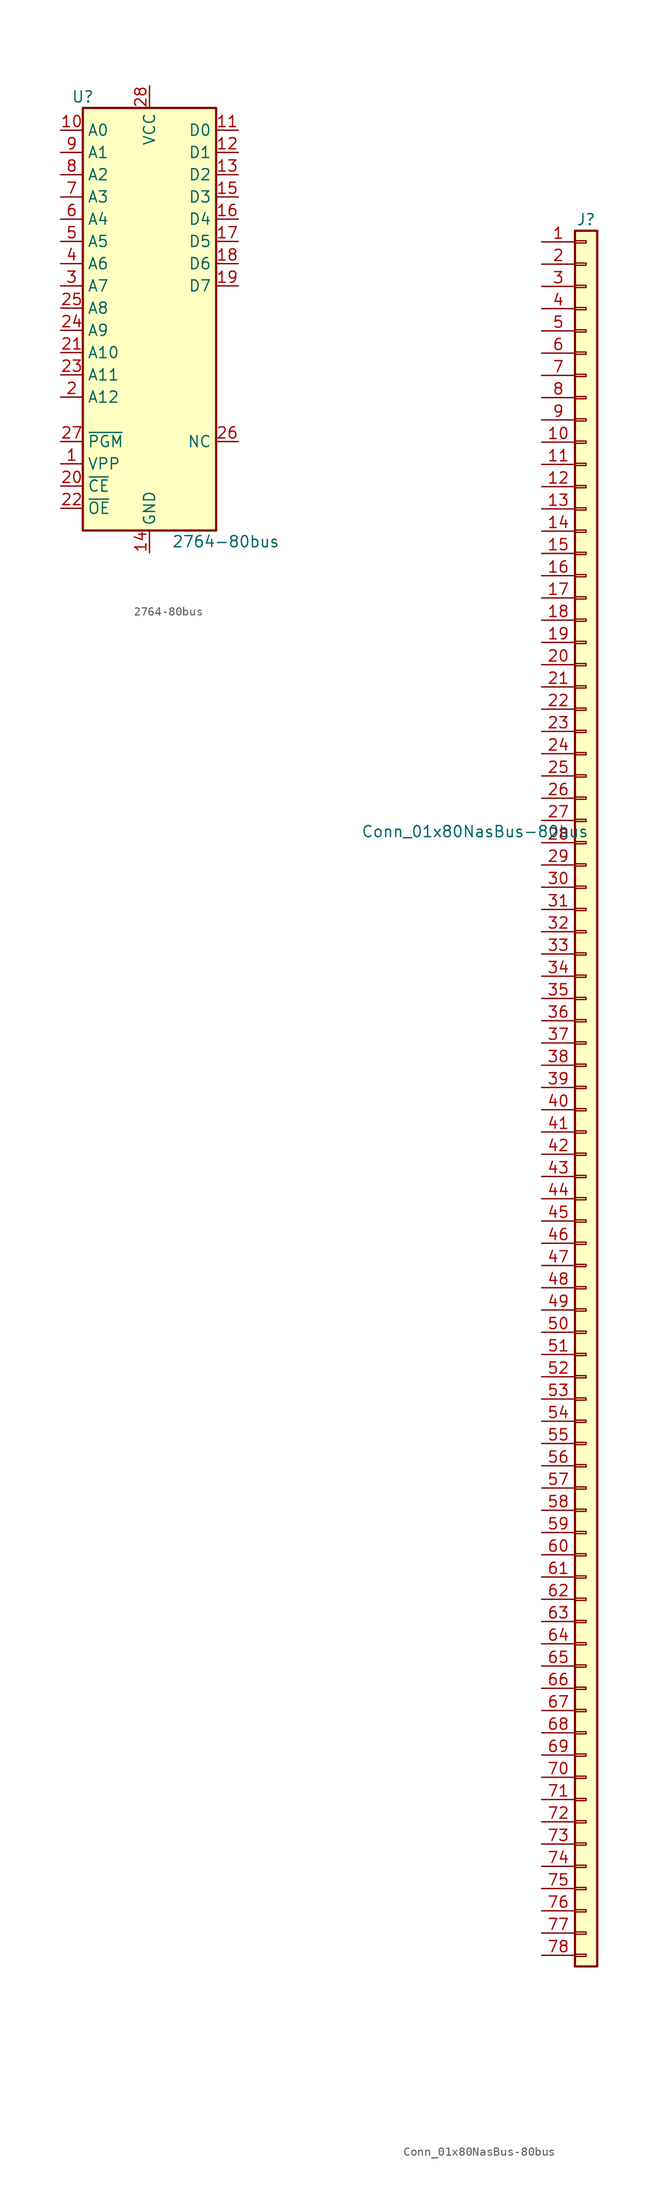
<source format=kicad_sym>
(kicad_symbol_lib
  (version 20220914)
  (generator kicad_symbol_editor)
  (symbol "2764-80bus"
    (property "Reference" "U"
      (at -7.62 24.13 0)
      (effects (font (size 1.27 1.27))))
    (property "Value" "2764-80bus"
      (at 2.54 -26.67 0)
      (effects (font (size 1.27 1.27)) (justify left)))
    (symbol "2764-80bus_1_1"
      (rectangle (start -7.62 22.86) (end 7.62 -25.4) (stroke (width 0.254) (type solid)) (fill (type background)))
      (pin input line (at -10.16 -17.78 0) (length 2.54) (name "VPP" (effects (font (size 1.27 1.27)))) (number "1" (effects (font (size 1.27 1.27)))))
      (pin input line (at -10.16 20.32 0) (length 2.54) (name "A0" (effects (font (size 1.27 1.27)))) (number "10" (effects (font (size 1.27 1.27)))))
      (pin tri_state line (at 10.16 20.32 180) (length 2.54) (name "D0" (effects (font (size 1.27 1.27)))) (number "11" (effects (font (size 1.27 1.27)))))
      (pin tri_state line (at 10.16 17.78 180) (length 2.54) (name "D1" (effects (font (size 1.27 1.27)))) (number "12" (effects (font (size 1.27 1.27)))))
      (pin tri_state line (at 10.16 15.24 180) (length 2.54) (name "D2" (effects (font (size 1.27 1.27)))) (number "13" (effects (font (size 1.27 1.27)))))
      (pin power_in line (at 0 -27.94 90) (length 2.54) (name "GND" (effects (font (size 1.27 1.27)))) (number "14" (effects (font (size 1.27 1.27)))))
      (pin tri_state line (at 10.16 12.7 180) (length 2.54) (name "D3" (effects (font (size 1.27 1.27)))) (number "15" (effects (font (size 1.27 1.27)))))
      (pin tri_state line (at 10.16 10.16 180) (length 2.54) (name "D4" (effects (font (size 1.27 1.27)))) (number "16" (effects (font (size 1.27 1.27)))))
      (pin tri_state line (at 10.16 7.62 180) (length 2.54) (name "D5" (effects (font (size 1.27 1.27)))) (number "17" (effects (font (size 1.27 1.27)))))
      (pin tri_state line (at 10.16 5.08 180) (length 2.54) (name "D6" (effects (font (size 1.27 1.27)))) (number "18" (effects (font (size 1.27 1.27)))))
      (pin tri_state line (at 10.16 2.54 180) (length 2.54) (name "D7" (effects (font (size 1.27 1.27)))) (number "19" (effects (font (size 1.27 1.27)))))
      (pin input line (at -10.16 -10.16 0) (length 2.54) (name "A12" (effects (font (size 1.27 1.27)))) (number "2" (effects (font (size 1.27 1.27)))))
      (pin input line (at -10.16 -20.32 0) (length 2.54) (name "~{CE}" (effects (font (size 1.27 1.27)))) (number "20" (effects (font (size 1.27 1.27)))))
      (pin input line (at -10.16 -5.08 0) (length 2.54) (name "A10" (effects (font (size 1.27 1.27)))) (number "21" (effects (font (size 1.27 1.27)))))
      (pin input line (at -10.16 -22.86 0) (length 2.54) (name "~{OE}" (effects (font (size 1.27 1.27)))) (number "22" (effects (font (size 1.27 1.27)))))
      (pin input line (at -10.16 -7.62 0) (length 2.54) (name "A11" (effects (font (size 1.27 1.27)))) (number "23" (effects (font (size 1.27 1.27)))))
      (pin input line (at -10.16 -2.54 0) (length 2.54) (name "A9" (effects (font (size 1.27 1.27)))) (number "24" (effects (font (size 1.27 1.27)))))
      (pin input line (at -10.16 0 0) (length 2.54) (name "A8" (effects (font (size 1.27 1.27)))) (number "25" (effects (font (size 1.27 1.27)))))
      (pin no_connect line (at 7.62 0 180) (length 2.54) hide (name "NC" (effects (font (size 1.27 1.27)))) (number "26" (effects (font (size 1.27 1.27)))))
      (pin input line (at 10.16 -15.24 180) (length 2.54) (name "NC" (effects (font (size 1.27 1.27)))) (number "26" (effects (font (size 1.27 1.27)))))
      (pin input line (at -10.16 -15.24 0) (length 2.54) (name "~{PGM}" (effects (font (size 1.27 1.27)))) (number "27" (effects (font (size 1.27 1.27)))))
      (pin power_in line (at 0 25.4 270) (length 2.54) (name "VCC" (effects (font (size 1.27 1.27)))) (number "28" (effects (font (size 1.27 1.27)))))
      (pin input line (at -10.16 2.54 0) (length 2.54) (name "A7" (effects (font (size 1.27 1.27)))) (number "3" (effects (font (size 1.27 1.27)))))
      (pin input line (at -10.16 5.08 0) (length 2.54) (name "A6" (effects (font (size 1.27 1.27)))) (number "4" (effects (font (size 1.27 1.27)))))
      (pin input line (at -10.16 7.62 0) (length 2.54) (name "A5" (effects (font (size 1.27 1.27)))) (number "5" (effects (font (size 1.27 1.27)))))
      (pin input line (at -10.16 10.16 0) (length 2.54) (name "A4" (effects (font (size 1.27 1.27)))) (number "6" (effects (font (size 1.27 1.27)))))
      (pin input line (at -10.16 12.7 0) (length 2.54) (name "A3" (effects (font (size 1.27 1.27)))) (number "7" (effects (font (size 1.27 1.27)))))
      (pin input line (at -10.16 15.24 0) (length 2.54) (name "A2" (effects (font (size 1.27 1.27)))) (number "8" (effects (font (size 1.27 1.27)))))
      (pin input line (at -10.16 17.78 0) (length 2.54) (name "A1" (effects (font (size 1.27 1.27)))) (number "9" (effects (font (size 1.27 1.27)))))))
  (symbol "Conn_01x80NasBus-80bus"
    (pin_names
      (offset 1.016) hide)
    (property "Reference" "J"
      (at 5.08 101.6 0)
      (effects (font (size 1.27 1.27))))
    (property "Value" "Conn_01x80NasBus-80bus"
      (at -7.62 31.75 0)
      (effects (font (size 1.27 1.27))))
    (symbol "Conn_01x80NasBus-80bus_1_1"
      (rectangle (start 3.81 -96.393) (end 5.08 -96.647) (stroke (width 0.152) (type solid)) (fill (type none)))
      (rectangle (start 3.81 -93.853) (end 5.08 -94.107) (stroke (width 0.152) (type solid)) (fill (type none)))
      (rectangle (start 3.81 -91.313) (end 5.08 -91.567) (stroke (width 0.152) (type solid)) (fill (type none)))
      (rectangle (start 3.81 -88.773) (end 5.08 -89.027) (stroke (width 0.152) (type solid)) (fill (type none)))
      (rectangle (start 3.81 -86.233) (end 5.08 -86.487) (stroke (width 0.152) (type solid)) (fill (type none)))
      (rectangle (start 3.81 -83.693) (end 5.08 -83.947) (stroke (width 0.152) (type solid)) (fill (type none)))
      (rectangle (start 3.81 -81.153) (end 5.08 -81.407) (stroke (width 0.152) (type solid)) (fill (type none)))
      (rectangle (start 3.81 -78.613) (end 5.08 -78.867) (stroke (width 0.152) (type solid)) (fill (type none)))
      (rectangle (start 3.81 -76.073) (end 5.08 -76.327) (stroke (width 0.152) (type solid)) (fill (type none)))
      (rectangle (start 3.81 -73.533) (end 5.08 -73.787) (stroke (width 0.152) (type solid)) (fill (type none)))
      (rectangle (start 3.81 -70.993) (end 5.08 -71.247) (stroke (width 0.152) (type solid)) (fill (type none)))
      (rectangle (start 3.81 -68.453) (end 5.08 -68.707) (stroke (width 0.152) (type solid)) (fill (type none)))
      (rectangle (start 3.81 -65.913) (end 5.08 -66.167) (stroke (width 0.152) (type solid)) (fill (type none)))
      (rectangle (start 3.81 -63.373) (end 5.08 -63.627) (stroke (width 0.152) (type solid)) (fill (type none)))
      (rectangle (start 3.81 -60.833) (end 5.08 -61.087) (stroke (width 0.152) (type solid)) (fill (type none)))
      (rectangle (start 3.81 -58.293) (end 5.08 -58.547) (stroke (width 0.152) (type solid)) (fill (type none)))
      (rectangle (start 3.81 -55.753) (end 5.08 -56.007) (stroke (width 0.152) (type solid)) (fill (type none)))
      (rectangle (start 3.81 -53.213) (end 5.08 -53.467) (stroke (width 0.152) (type solid)) (fill (type none)))
      (rectangle (start 3.81 -50.673) (end 5.08 -50.927) (stroke (width 0.152) (type solid)) (fill (type none)))
      (rectangle (start 3.81 -48.133) (end 5.08 -48.387) (stroke (width 0.152) (type solid)) (fill (type none)))
      (rectangle (start 3.81 -45.593) (end 5.08 -45.847) (stroke (width 0.152) (type solid)) (fill (type none)))
      (rectangle (start 3.81 -43.053) (end 5.08 -43.307) (stroke (width 0.152) (type solid)) (fill (type none)))
      (rectangle (start 3.81 -40.513) (end 5.08 -40.767) (stroke (width 0.152) (type solid)) (fill (type none)))
      (rectangle (start 3.81 -37.973) (end 5.08 -38.227) (stroke (width 0.152) (type solid)) (fill (type none)))
      (rectangle (start 3.81 -35.433) (end 5.08 -35.687) (stroke (width 0.152) (type solid)) (fill (type none)))
      (rectangle (start 3.81 -32.893) (end 5.08 -33.147) (stroke (width 0.152) (type solid)) (fill (type none)))
      (rectangle (start 3.81 -30.353) (end 5.08 -30.607) (stroke (width 0.152) (type solid)) (fill (type none)))
      (rectangle (start 3.81 -27.813) (end 5.08 -28.067) (stroke (width 0.152) (type solid)) (fill (type none)))
      (rectangle (start 3.81 -25.273) (end 5.08 -25.527) (stroke (width 0.152) (type solid)) (fill (type none)))
      (rectangle (start 3.81 -22.733) (end 5.08 -22.987) (stroke (width 0.152) (type solid)) (fill (type none)))
      (rectangle (start 3.81 -20.193) (end 5.08 -20.447) (stroke (width 0.152) (type solid)) (fill (type none)))
      (rectangle (start 3.81 -17.653) (end 5.08 -17.907) (stroke (width 0.152) (type solid)) (fill (type none)))
      (rectangle (start 3.81 -15.113) (end 5.08 -15.367) (stroke (width 0.152) (type solid)) (fill (type none)))
      (rectangle (start 3.81 -12.573) (end 5.08 -12.827) (stroke (width 0.152) (type solid)) (fill (type none)))
      (rectangle (start 3.81 -10.033) (end 5.08 -10.287) (stroke (width 0.152) (type solid)) (fill (type none)))
      (rectangle (start 3.81 -7.493) (end 5.08 -7.747) (stroke (width 0.152) (type solid)) (fill (type none)))
      (rectangle (start 3.81 -4.953) (end 5.08 -5.207) (stroke (width 0.152) (type solid)) (fill (type none)))
      (rectangle (start 3.81 -2.413) (end 5.08 -2.667) (stroke (width 0.152) (type solid)) (fill (type none)))
      (rectangle (start 3.81 0.127) (end 5.08 -0.127) (stroke (width 0.152) (type solid)) (fill (type none)))
      (rectangle (start 3.81 2.667) (end 5.08 2.413) (stroke (width 0.152) (type solid)) (fill (type none)))
      (rectangle (start 3.81 5.207) (end 5.08 4.953) (stroke (width 0.152) (type solid)) (fill (type none)))
      (rectangle (start 3.81 7.747) (end 5.08 7.493) (stroke (width 0.152) (type solid)) (fill (type none)))
      (rectangle (start 3.81 10.287) (end 5.08 10.033) (stroke (width 0.152) (type solid)) (fill (type none)))
      (rectangle (start 3.81 12.827) (end 5.08 12.573) (stroke (width 0.152) (type solid)) (fill (type none)))
      (rectangle (start 3.81 15.367) (end 5.08 15.113) (stroke (width 0.152) (type solid)) (fill (type none)))
      (rectangle (start 3.81 17.907) (end 5.08 17.653) (stroke (width 0.152) (type solid)) (fill (type none)))
      (rectangle (start 3.81 20.447) (end 5.08 20.193) (stroke (width 0.152) (type solid)) (fill (type none)))
      (rectangle (start 3.81 22.987) (end 5.08 22.733) (stroke (width 0.152) (type solid)) (fill (type none)))
      (rectangle (start 3.81 25.527) (end 5.08 25.273) (stroke (width 0.152) (type solid)) (fill (type none)))
      (rectangle (start 3.81 28.067) (end 5.08 27.813) (stroke (width 0.152) (type solid)) (fill (type none)))
      (rectangle (start 3.81 30.607) (end 5.08 30.353) (stroke (width 0.152) (type solid)) (fill (type none)))
      (rectangle (start 3.81 33.147) (end 5.08 32.893) (stroke (width 0.152) (type solid)) (fill (type none)))
      (rectangle (start 3.81 35.687) (end 5.08 35.433) (stroke (width 0.152) (type solid)) (fill (type none)))
      (rectangle (start 3.81 38.227) (end 5.08 37.973) (stroke (width 0.152) (type solid)) (fill (type none)))
      (rectangle (start 3.81 40.767) (end 5.08 40.513) (stroke (width 0.152) (type solid)) (fill (type none)))
      (rectangle (start 3.81 43.307) (end 5.08 43.053) (stroke (width 0.152) (type solid)) (fill (type none)))
      (rectangle (start 3.81 45.847) (end 5.08 45.593) (stroke (width 0.152) (type solid)) (fill (type none)))
      (rectangle (start 3.81 48.387) (end 5.08 48.133) (stroke (width 0.152) (type solid)) (fill (type none)))
      (rectangle (start 3.81 50.927) (end 5.08 50.673) (stroke (width 0.152) (type solid)) (fill (type none)))
      (rectangle (start 3.81 53.467) (end 5.08 53.213) (stroke (width 0.152) (type solid)) (fill (type none)))
      (rectangle (start 3.81 56.007) (end 5.08 55.753) (stroke (width 0.152) (type solid)) (fill (type none)))
      (rectangle (start 3.81 58.547) (end 5.08 58.293) (stroke (width 0.152) (type solid)) (fill (type none)))
      (rectangle (start 3.81 61.087) (end 5.08 60.833) (stroke (width 0.152) (type solid)) (fill (type none)))
      (rectangle (start 3.81 63.627) (end 5.08 63.373) (stroke (width 0.152) (type solid)) (fill (type none)))
      (rectangle (start 3.81 66.167) (end 5.08 65.913) (stroke (width 0.152) (type solid)) (fill (type none)))
      (rectangle (start 3.81 68.707) (end 5.08 68.453) (stroke (width 0.152) (type solid)) (fill (type none)))
      (rectangle (start 3.81 71.247) (end 5.08 70.993) (stroke (width 0.152) (type solid)) (fill (type none)))
      (rectangle (start 3.81 73.787) (end 5.08 73.533) (stroke (width 0.152) (type solid)) (fill (type none)))
      (rectangle (start 3.81 76.327) (end 5.08 76.073) (stroke (width 0.152) (type solid)) (fill (type none)))
      (rectangle (start 3.81 78.867) (end 5.08 78.613) (stroke (width 0.152) (type solid)) (fill (type none)))
      (rectangle (start 3.81 81.407) (end 5.08 81.153) (stroke (width 0.152) (type solid)) (fill (type none)))
      (rectangle (start 3.81 83.947) (end 5.08 83.693) (stroke (width 0.152) (type solid)) (fill (type none)))
      (rectangle (start 3.81 86.487) (end 5.08 86.233) (stroke (width 0.152) (type solid)) (fill (type none)))
      (rectangle (start 3.81 89.027) (end 5.08 88.773) (stroke (width 0.152) (type solid)) (fill (type none)))
      (rectangle (start 3.81 91.567) (end 5.08 91.313) (stroke (width 0.152) (type solid)) (fill (type none)))
      (rectangle (start 3.81 94.107) (end 5.08 93.853) (stroke (width 0.152) (type solid)) (fill (type none)))
      (rectangle (start 3.81 96.647) (end 5.08 96.393) (stroke (width 0.152) (type solid)) (fill (type none)))
      (rectangle (start 3.81 99.187) (end 5.08 98.933) (stroke (width 0.152) (type solid)) (fill (type none)))
      (rectangle (start 3.81 100.33) (end 6.35 -97.79) (stroke (width 0.254) (type solid)) (fill (type background)))
      (pin passive line (at 0 99.06 0) (length 3.81) (name "Pin_1_0v" (effects (font (size 1.27 1.27)))) (number "1" (effects (font (size 1.27 1.27)))))
      (pin passive line (at 0 76.2 0) (length 3.81) (name "Pin_10" (effects (font (size 1.27 1.27)))) (number "10" (effects (font (size 1.27 1.27)))))
      (pin passive line (at 0 73.66 0) (length 3.81) (name "Pin_11" (effects (font (size 1.27 1.27)))) (number "11" (effects (font (size 1.27 1.27)))))
      (pin passive line (at 0 71.12 0) (length 3.81) (name "Pin_12" (effects (font (size 1.27 1.27)))) (number "12" (effects (font (size 1.27 1.27)))))
      (pin passive line (at 0 68.58 0) (length 3.81) (name "Pin_13" (effects (font (size 1.27 1.27)))) (number "13" (effects (font (size 1.27 1.27)))))
      (pin passive line (at 0 66.04 0) (length 3.81) (name "Pin_14" (effects (font (size 1.27 1.27)))) (number "14" (effects (font (size 1.27 1.27)))))
      (pin passive line (at 0 63.5 0) (length 3.81) (name "Pin_15" (effects (font (size 1.27 1.27)))) (number "15" (effects (font (size 1.27 1.27)))))
      (pin passive line (at 0 60.96 0) (length 3.81) (name "Pin_16" (effects (font (size 1.27 1.27)))) (number "16" (effects (font (size 1.27 1.27)))))
      (pin passive line (at 0 58.42 0) (length 3.81) (name "Pin_17" (effects (font (size 1.27 1.27)))) (number "17" (effects (font (size 1.27 1.27)))))
      (pin passive line (at 0 55.88 0) (length 3.81) (name "Pin_18" (effects (font (size 1.27 1.27)))) (number "18" (effects (font (size 1.27 1.27)))))
      (pin passive line (at 0 53.34 0) (length 3.81) (name "Pin_19" (effects (font (size 1.27 1.27)))) (number "19" (effects (font (size 1.27 1.27)))))
      (pin passive line (at 0 96.52 0) (length 3.81) (name "Pin_2_0v" (effects (font (size 1.27 1.27)))) (number "2" (effects (font (size 1.27 1.27)))))
      (pin passive line (at 0 50.8 0) (length 3.81) (name "Pin_20" (effects (font (size 1.27 1.27)))) (number "20" (effects (font (size 1.27 1.27)))))
      (pin passive line (at 0 48.26 0) (length 3.81) (name "Pin_21" (effects (font (size 1.27 1.27)))) (number "21" (effects (font (size 1.27 1.27)))))
      (pin passive line (at 0 45.72 0) (length 3.81) (name "Pin_22" (effects (font (size 1.27 1.27)))) (number "22" (effects (font (size 1.27 1.27)))))
      (pin passive line (at 0 43.18 0) (length 3.81) (name "Pin_23" (effects (font (size 1.27 1.27)))) (number "23" (effects (font (size 1.27 1.27)))))
      (pin passive line (at 0 40.64 0) (length 3.81) (name "Pin_24" (effects (font (size 1.27 1.27)))) (number "24" (effects (font (size 1.27 1.27)))))
      (pin passive line (at 0 38.1 0) (length 3.81) (name "Pin_25" (effects (font (size 1.27 1.27)))) (number "25" (effects (font (size 1.27 1.27)))))
      (pin passive line (at 0 35.56 0) (length 3.81) (name "Pin_26" (effects (font (size 1.27 1.27)))) (number "26" (effects (font (size 1.27 1.27)))))
      (pin passive line (at 0 33.02 0) (length 3.81) (name "Pin_27" (effects (font (size 1.27 1.27)))) (number "27" (effects (font (size 1.27 1.27)))))
      (pin passive line (at 0 30.48 0) (length 3.81) (name "Pin_28" (effects (font (size 1.27 1.27)))) (number "28" (effects (font (size 1.27 1.27)))))
      (pin passive line (at 0 27.94 0) (length 3.81) (name "Pin_29" (effects (font (size 1.27 1.27)))) (number "29" (effects (font (size 1.27 1.27)))))
      (pin passive line (at 0 93.98 0) (length 3.81) (name "Pin_3_0v" (effects (font (size 1.27 1.27)))) (number "3" (effects (font (size 1.27 1.27)))))
      (pin passive line (at 0 25.4 0) (length 3.81) (name "Pin_30" (effects (font (size 1.27 1.27)))) (number "30" (effects (font (size 1.27 1.27)))))
      (pin passive line (at 0 22.86 0) (length 3.81) (name "Pin_31" (effects (font (size 1.27 1.27)))) (number "31" (effects (font (size 1.27 1.27)))))
      (pin passive line (at 0 20.32 0) (length 3.81) (name "Pin_32" (effects (font (size 1.27 1.27)))) (number "32" (effects (font (size 1.27 1.27)))))
      (pin passive line (at 0 17.78 0) (length 3.81) (name "Pin_33" (effects (font (size 1.27 1.27)))) (number "33" (effects (font (size 1.27 1.27)))))
      (pin passive line (at 0 15.24 0) (length 3.81) (name "Pin_34" (effects (font (size 1.27 1.27)))) (number "34" (effects (font (size 1.27 1.27)))))
      (pin passive line (at 0 12.7 0) (length 3.81) (name "Pin_35" (effects (font (size 1.27 1.27)))) (number "35" (effects (font (size 1.27 1.27)))))
      (pin passive line (at 0 10.16 0) (length 3.81) (name "Pin_36" (effects (font (size 1.27 1.27)))) (number "36" (effects (font (size 1.27 1.27)))))
      (pin passive line (at 0 7.62 0) (length 3.81) (name "Pin_37" (effects (font (size 1.27 1.27)))) (number "37" (effects (font (size 1.27 1.27)))))
      (pin passive line (at 0 5.08 0) (length 3.81) (name "Pin_38" (effects (font (size 1.27 1.27)))) (number "38" (effects (font (size 1.27 1.27)))))
      (pin passive line (at 0 2.54 0) (length 3.81) (name "Pin_39" (effects (font (size 1.27 1.27)))) (number "39" (effects (font (size 1.27 1.27)))))
      (pin passive line (at 0 91.44 0) (length 3.81) (name "Pin_4_0v" (effects (font (size 1.27 1.27)))) (number "4" (effects (font (size 1.27 1.27)))))
      (pin passive line (at 0 0 0) (length 3.81) (name "Pin_40" (effects (font (size 1.27 1.27)))) (number "40" (effects (font (size 1.27 1.27)))))
      (pin passive line (at 0 -2.54 0) (length 3.81) (name "Pin_41" (effects (font (size 1.27 1.27)))) (number "41" (effects (font (size 1.27 1.27)))))
      (pin passive line (at 0 -5.08 0) (length 3.81) (name "Pin_42" (effects (font (size 1.27 1.27)))) (number "42" (effects (font (size 1.27 1.27)))))
      (pin passive line (at 0 -7.62 0) (length 3.81) (name "Pin_43" (effects (font (size 1.27 1.27)))) (number "43" (effects (font (size 1.27 1.27)))))
      (pin passive line (at 0 -10.16 0) (length 3.81) (name "Pin_44" (effects (font (size 1.27 1.27)))) (number "44" (effects (font (size 1.27 1.27)))))
      (pin passive line (at 0 -12.7 0) (length 3.81) (name "Pin_45" (effects (font (size 1.27 1.27)))) (number "45" (effects (font (size 1.27 1.27)))))
      (pin passive line (at 0 -15.24 0) (length 3.81) (name "Pin_46" (effects (font (size 1.27 1.27)))) (number "46" (effects (font (size 1.27 1.27)))))
      (pin passive line (at 0 -17.78 0) (length 3.81) (name "Pin_47" (effects (font (size 1.27 1.27)))) (number "47" (effects (font (size 1.27 1.27)))))
      (pin passive line (at 0 -20.32 0) (length 3.81) (name "Pin_48" (effects (font (size 1.27 1.27)))) (number "48" (effects (font (size 1.27 1.27)))))
      (pin passive line (at 0 -22.86 0) (length 3.81) (name "Pin_49" (effects (font (size 1.27 1.27)))) (number "49" (effects (font (size 1.27 1.27)))))
      (pin passive line (at 0 88.9 0) (length 3.81) (name "Pin_5" (effects (font (size 1.27 1.27)))) (number "5" (effects (font (size 1.27 1.27)))))
      (pin passive line (at 0 -25.4 0) (length 3.81) (name "Pin_50" (effects (font (size 1.27 1.27)))) (number "50" (effects (font (size 1.27 1.27)))))
      (pin passive line (at 0 -27.94 0) (length 3.81) (name "Pin_51" (effects (font (size 1.27 1.27)))) (number "51" (effects (font (size 1.27 1.27)))))
      (pin passive line (at 0 -30.48 0) (length 3.81) (name "Pin_52" (effects (font (size 1.27 1.27)))) (number "52" (effects (font (size 1.27 1.27)))))
      (pin passive line (at 0 -33.02 0) (length 3.81) (name "Pin_53" (effects (font (size 1.27 1.27)))) (number "53" (effects (font (size 1.27 1.27)))))
      (pin passive line (at 0 -35.56 0) (length 3.81) (name "Pin_54" (effects (font (size 1.27 1.27)))) (number "54" (effects (font (size 1.27 1.27)))))
      (pin passive line (at 0 -38.1 0) (length 3.81) (name "Pin_55" (effects (font (size 1.27 1.27)))) (number "55" (effects (font (size 1.27 1.27)))))
      (pin passive line (at 0 -40.64 0) (length 3.81) (name "Pin_56" (effects (font (size 1.27 1.27)))) (number "56" (effects (font (size 1.27 1.27)))))
      (pin passive line (at 0 -43.18 0) (length 3.81) (name "Pin_57" (effects (font (size 1.27 1.27)))) (number "57" (effects (font (size 1.27 1.27)))))
      (pin passive line (at 0 -45.72 0) (length 3.81) (name "Pin_58" (effects (font (size 1.27 1.27)))) (number "58" (effects (font (size 1.27 1.27)))))
      (pin passive line (at 0 -48.26 0) (length 3.81) (name "Pin_59" (effects (font (size 1.27 1.27)))) (number "59" (effects (font (size 1.27 1.27)))))
      (pin passive line (at 0 86.36 0) (length 3.81) (name "Pin_6" (effects (font (size 1.27 1.27)))) (number "6" (effects (font (size 1.27 1.27)))))
      (pin passive line (at 0 -50.8 0) (length 3.81) (name "Pin_60" (effects (font (size 1.27 1.27)))) (number "60" (effects (font (size 1.27 1.27)))))
      (pin passive line (at 0 -53.34 0) (length 3.81) (name "Pin_61" (effects (font (size 1.27 1.27)))) (number "61" (effects (font (size 1.27 1.27)))))
      (pin passive line (at 0 -55.88 0) (length 3.81) (name "Pin_62" (effects (font (size 1.27 1.27)))) (number "62" (effects (font (size 1.27 1.27)))))
      (pin passive line (at 0 -58.42 0) (length 3.81) (name "Pin_63" (effects (font (size 1.27 1.27)))) (number "63" (effects (font (size 1.27 1.27)))))
      (pin passive line (at 0 -60.96 0) (length 3.81) (name "Pin_64" (effects (font (size 1.27 1.27)))) (number "64" (effects (font (size 1.27 1.27)))))
      (pin passive line (at 0 -63.5 0) (length 3.81) (name "Pin_65" (effects (font (size 1.27 1.27)))) (number "65" (effects (font (size 1.27 1.27)))))
      (pin passive line (at 0 -66.04 0) (length 3.81) (name "Pin_66" (effects (font (size 1.27 1.27)))) (number "66" (effects (font (size 1.27 1.27)))))
      (pin passive line (at 0 -68.58 0) (length 3.81) (name "Pin_67" (effects (font (size 1.27 1.27)))) (number "67" (effects (font (size 1.27 1.27)))))
      (pin passive line (at 0 -71.12 0) (length 3.81) (name "Pin_68_-5v" (effects (font (size 1.27 1.27)))) (number "68" (effects (font (size 1.27 1.27)))))
      (pin passive line (at 0 -73.66 0) (length 3.81) (name "Pin_69_-5v" (effects (font (size 1.27 1.27)))) (number "69" (effects (font (size 1.27 1.27)))))
      (pin passive line (at 0 83.82 0) (length 3.81) (name "Pin_7" (effects (font (size 1.27 1.27)))) (number "7" (effects (font (size 1.27 1.27)))))
      (pin passive line (at 0 -76.2 0) (length 3.81) (name "Pin_70_-12v" (effects (font (size 1.27 1.27)))) (number "70" (effects (font (size 1.27 1.27)))))
      (pin passive line (at 0 -78.74 0) (length 3.81) (name "Pin_71_-12v" (effects (font (size 1.27 1.27)))) (number "71" (effects (font (size 1.27 1.27)))))
      (pin passive line (at 0 -81.28 0) (length 3.81) (name "Pin_72" (effects (font (size 1.27 1.27)))) (number "72" (effects (font (size 1.27 1.27)))))
      (pin passive line (at 0 -83.82 0) (length 3.81) (name "Pin_73_+12v" (effects (font (size 1.27 1.27)))) (number "73" (effects (font (size 1.27 1.27)))))
      (pin passive line (at 0 -86.36 0) (length 3.81) (name "Pin_74_+12v" (effects (font (size 1.27 1.27)))) (number "74" (effects (font (size 1.27 1.27)))))
      (pin passive line (at 0 -88.9 0) (length 3.81) (name "Pin_75_+5v" (effects (font (size 1.27 1.27)))) (number "75" (effects (font (size 1.27 1.27)))))
      (pin passive line (at 0 -91.44 0) (length 3.81) (name "Pin_76_+5v" (effects (font (size 1.27 1.27)))) (number "76" (effects (font (size 1.27 1.27)))))
      (pin passive line (at 0 -93.98 0) (length 3.81) (name "Pin_77__+5v" (effects (font (size 1.27 1.27)))) (number "77" (effects (font (size 1.27 1.27)))))
      (pin passive line (at 0 -96.52 0) (length 3.81) (name "Pin_78__+5v" (effects (font (size 1.27 1.27)))) (number "78" (effects (font (size 1.27 1.27)))))
      (pin passive line (at 0 81.28 0) (length 3.81) (name "Pin_8" (effects (font (size 1.27 1.27)))) (number "8" (effects (font (size 1.27 1.27)))))
      (pin passive line (at 0 78.74 0) (length 3.81) (name "Pin_9" (effects (font (size 1.27 1.27)))) (number "9" (effects (font (size 1.27 1.27))))))))
</source>
